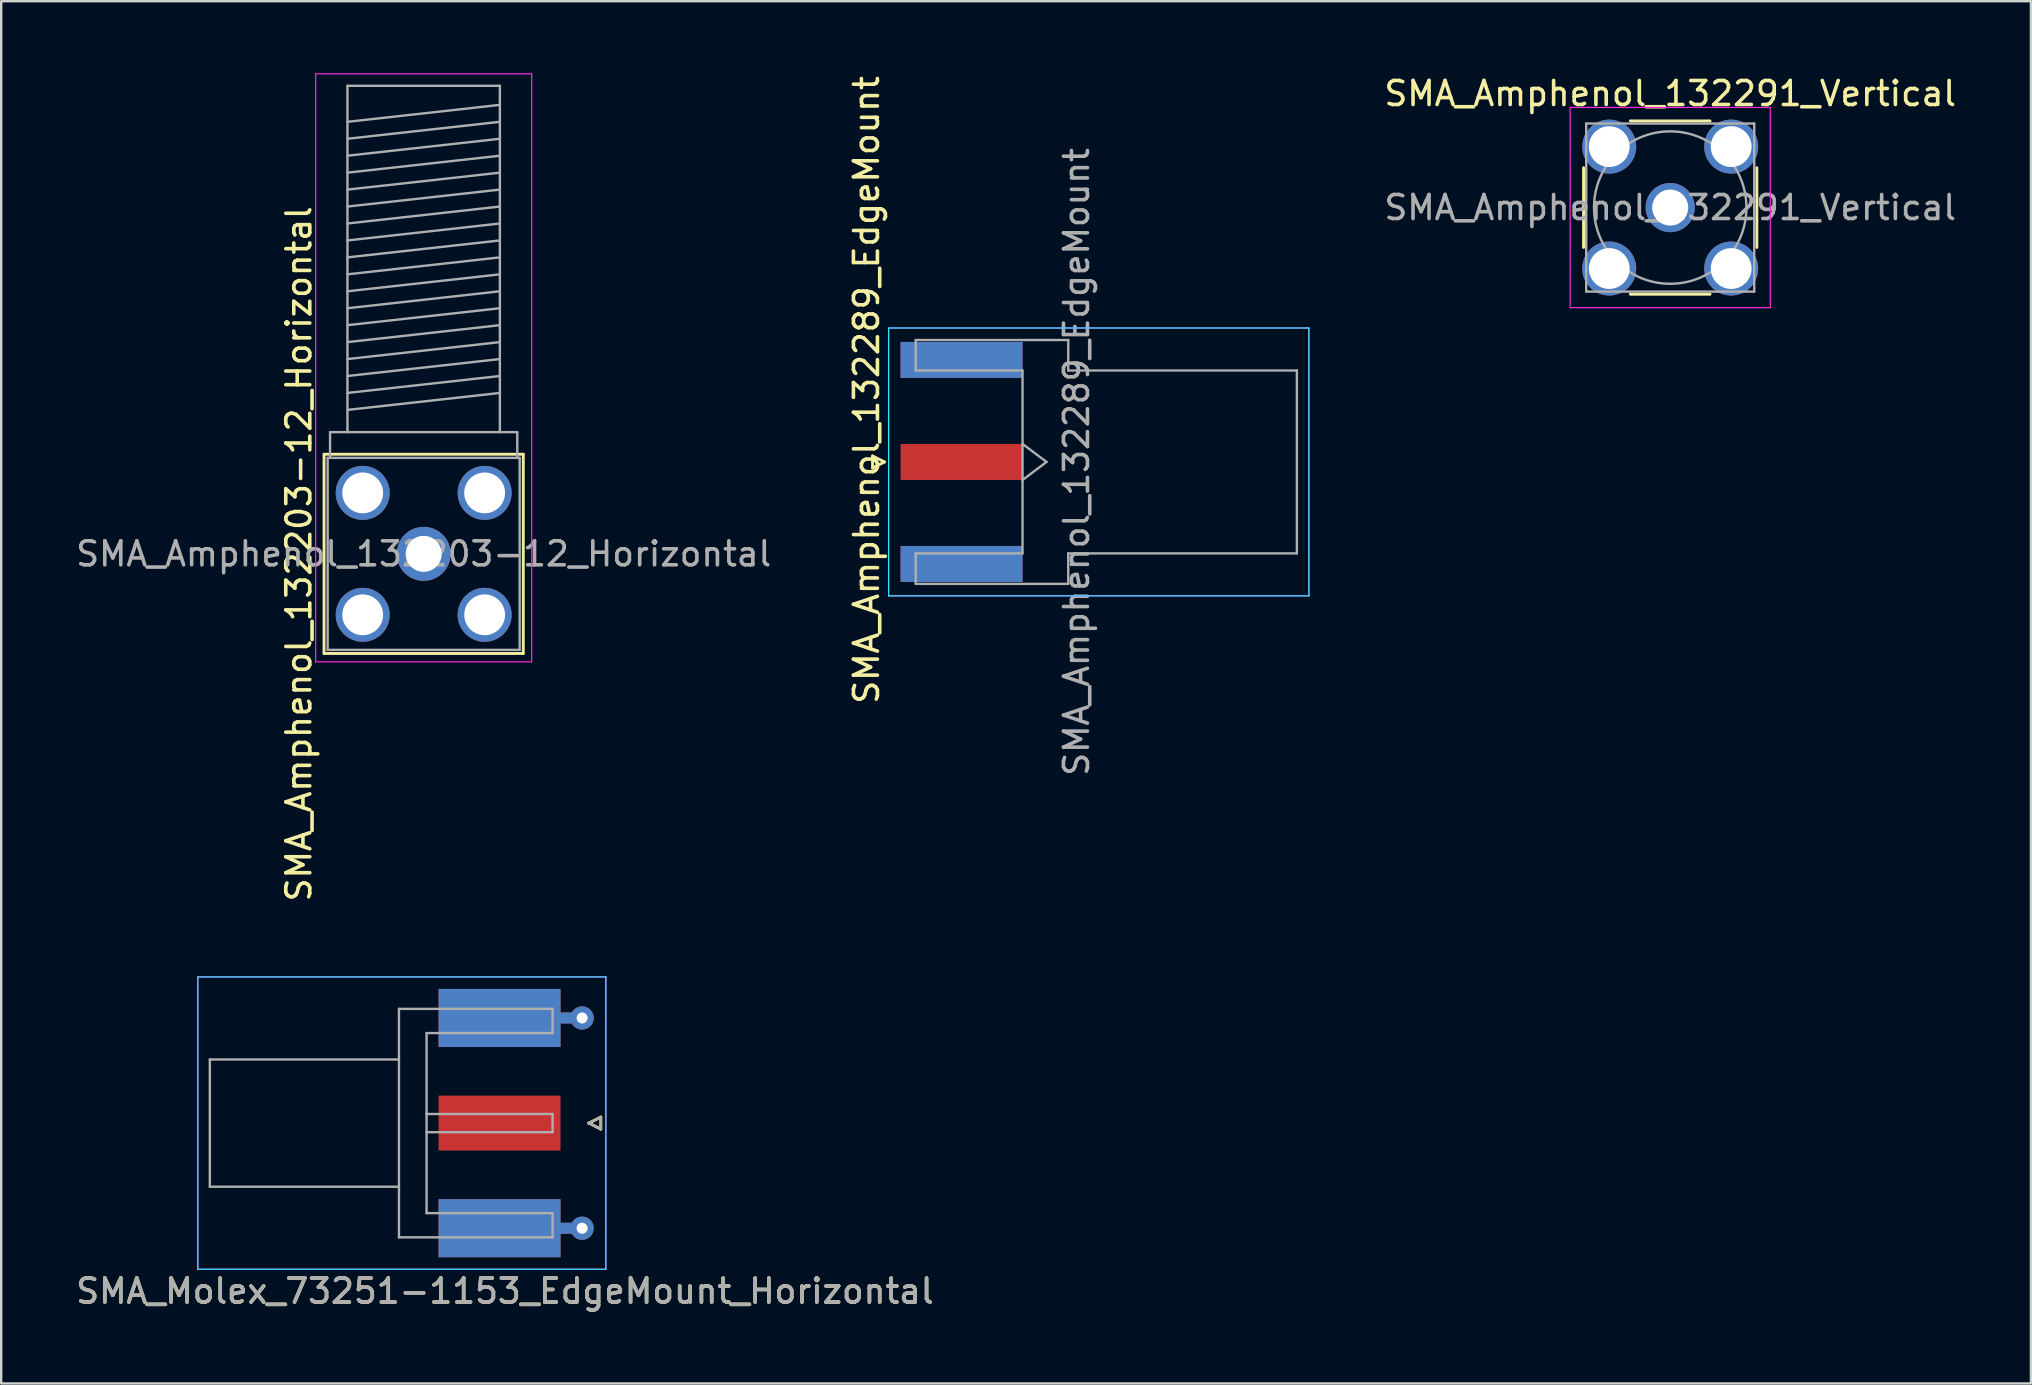
<source format=kicad_pcb>
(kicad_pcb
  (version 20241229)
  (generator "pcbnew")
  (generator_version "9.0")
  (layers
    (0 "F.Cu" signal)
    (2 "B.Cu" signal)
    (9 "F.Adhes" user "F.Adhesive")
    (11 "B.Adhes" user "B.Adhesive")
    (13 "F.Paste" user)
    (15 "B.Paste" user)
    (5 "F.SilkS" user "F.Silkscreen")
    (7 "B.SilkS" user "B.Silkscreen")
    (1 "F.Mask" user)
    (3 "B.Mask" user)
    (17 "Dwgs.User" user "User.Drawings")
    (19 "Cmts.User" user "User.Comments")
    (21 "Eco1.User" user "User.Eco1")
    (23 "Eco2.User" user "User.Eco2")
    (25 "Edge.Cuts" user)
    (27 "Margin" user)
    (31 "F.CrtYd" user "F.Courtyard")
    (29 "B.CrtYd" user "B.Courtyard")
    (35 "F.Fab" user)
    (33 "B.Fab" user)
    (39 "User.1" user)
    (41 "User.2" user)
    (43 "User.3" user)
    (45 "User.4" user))
  (footprint "SMA_Amphenol_132289_EdgeMount"
    (layer "F.Cu")
    (at 37.011 16.196)
    (property "Reference" "SMA_Amphenol_132289_EdgeMount" (at -3.96 -3 90) (layer "F.SilkS") (effects (font (size 1 1) (thickness 0.15))))
    (attr smd)
    (fp_line (start -3.71 -0.25) (end -3.71 0.25) (stroke (width 0.12) (type solid)) (layer "F.SilkS"))
    (fp_line (start -3.71 0.25) (end -3.21 0) (stroke (width 0.12) (type solid)) (layer "F.SilkS"))
    (fp_line (start -3.21 0) (end -3.71 -0.25) (stroke (width 0.12) (type solid)) (layer "F.SilkS"))
    (fp_line (start -3.04 5.58) (end -3.04 -5.58) (stroke (width 0.05) (type solid)) (layer "B.CrtYd"))
    (fp_line (start 14.47 -5.58) (end -3.04 -5.58) (stroke (width 0.05) (type solid)) (layer "B.CrtYd"))
    (fp_line (start 14.47 -5.58) (end 14.47 5.58) (stroke (width 0.05) (type solid)) (layer "B.CrtYd"))
    (fp_line (start 14.47 5.58) (end -3.04 5.58) (stroke (width 0.05) (type solid)) (layer "B.CrtYd"))
    (fp_line (start -3.04 5.58) (end -3.04 -5.58) (stroke (width 0.05) (type solid)) (layer "F.CrtYd"))
    (fp_line (start 14.47 -5.58) (end -3.04 -5.58) (stroke (width 0.05) (type solid)) (layer "F.CrtYd"))
    (fp_line (start 14.47 -5.58) (end 14.47 5.58) (stroke (width 0.05) (type solid)) (layer "F.CrtYd"))
    (fp_line (start 14.47 5.58) (end -3.04 5.58) (stroke (width 0.05) (type solid)) (layer "F.CrtYd"))
    (fp_line (start -1.91 -5.08) (end -1.91 -3.81) (stroke (width 0.1) (type solid)) (layer "F.Fab"))
    (fp_line (start -1.91 -5.08) (end 4.445 -5.08) (stroke (width 0.1) (type solid)) (layer "F.Fab"))
    (fp_line (start -1.91 -3.81) (end 2.54 -3.81) (stroke (width 0.1) (type solid)) (layer "F.Fab"))
    (fp_line (start -1.91 3.81) (end -1.91 5.08) (stroke (width 0.1) (type solid)) (layer "F.Fab"))
    (fp_line (start -1.91 5.08) (end 4.445 5.08) (stroke (width 0.1) (type solid)) (layer "F.Fab"))
    (fp_line (start 2.54 -3.81) (end 2.54 3.81) (stroke (width 0.1) (type solid)) (layer "F.Fab"))
    (fp_line (start 2.54 -0.75) (end 3.54 0) (stroke (width 0.1) (type solid)) (layer "F.Fab"))
    (fp_line (start 2.54 3.81) (end -1.91 3.81) (stroke (width 0.1) (type solid)) (layer "F.Fab"))
    (fp_line (start 3.54 0) (end 2.54 0.75) (stroke (width 0.1) (type solid)) (layer "F.Fab"))
    (fp_line (start 4.445 -3.81) (end 4.445 -5.08) (stroke (width 0.1) (type solid)) (layer "F.Fab"))
    (fp_line (start 4.445 -3.81) (end 13.97 -3.81) (stroke (width 0.1) (type solid)) (layer "F.Fab"))
    (fp_line (start 4.445 5.08) (end 4.445 3.81) (stroke (width 0.1) (type solid)) (layer "F.Fab"))
    (fp_line (start 13.97 -3.81) (end 13.97 3.81) (stroke (width 0.1) (type solid)) (layer "F.Fab"))
    (fp_line (start 13.97 3.81) (end 4.445 3.81) (stroke (width 0.1) (type solid)) (layer "F.Fab"))
    (fp_text user "${REFERENCE}" (at 4.79 0 270) (layer "F.Fab") (effects (font (size 1 1) (thickness 0.15))))
    (pad "1" smd rect (at 0 0 90) (size 1.5 5.08) (layers "F.Cu" "F.Mask" "F.Paste"))
    (pad "2" smd rect (at 0 -4.25 90) (size 1.5 5.08) (layers "F.Cu" "F.Mask" "F.Paste"))
    (pad "2" smd rect (at 0 -4.25 90) (size 1.5 5.08) (layers "B.Cu" "B.Mask" "B.Paste"))
    (pad "2" smd rect (at 0 4.25 90) (size 1.5 5.08) (layers "F.Cu" "F.Mask" "F.Paste"))
    (pad "2" smd rect (at 0 4.25 90) (size 1.5 5.08) (layers "B.Cu" "B.Mask" "B.Paste")))
  (footprint "SMA_Molex_73251-1153_EdgeMount_Horizontal"
    (layer "F.Cu")
    (at 19.482 43.741)
    (property "Reference" "SMA_Molex_73251-1153_EdgeMount_Horizontal" (at -1.5 7 0) (layer "F.SilkS") (effects (font (size 1 1) (thickness 0.15))))
    (attr smd)
    (fp_line (start 2 0) (end 2.5 -0.25) (stroke (width 0.12) (type solid)) (layer "F.SilkS"))
    (fp_line (start 2.5 -0.25) (end 2.5 0.25) (stroke (width 0.12) (type solid)) (layer "F.SilkS"))
    (fp_line (start 2.5 0.25) (end 2 0) (stroke (width 0.12) (type solid)) (layer "F.SilkS"))
    (fp_line (start -14.29 -6.09) (end -14.29 6.09) (stroke (width 0.05) (type solid)) (layer "B.CrtYd"))
    (fp_line (start -14.29 -6.09) (end 2.71 -6.09) (stroke (width 0.05) (type solid)) (layer "B.CrtYd"))
    (fp_line (start -14.29 6.09) (end 2.71 6.09) (stroke (width 0.05) (type solid)) (layer "B.CrtYd"))
    (fp_line (start 2.71 -6.09) (end 2.71 6.09) (stroke (width 0.05) (type solid)) (layer "B.CrtYd"))
    (fp_line (start -14.29 -6.09) (end -14.29 6.09) (stroke (width 0.05) (type solid)) (layer "F.CrtYd"))
    (fp_line (start -14.29 6.09) (end 2.71 6.09) (stroke (width 0.05) (type solid)) (layer "F.CrtYd"))
    (fp_line (start 2.71 -6.09) (end -14.29 -6.09) (stroke (width 0.05) (type solid)) (layer "F.CrtYd"))
    (fp_line (start 2.71 -6.09) (end 2.71 6.09) (stroke (width 0.05) (type solid)) (layer "F.CrtYd"))
    (fp_line (start -13.79 -2.65) (end -13.79 2.65) (stroke (width 0.1) (type solid)) (layer "F.Fab"))
    (fp_line (start -13.79 -2.65) (end -5.91 -2.65) (stroke (width 0.1) (type solid)) (layer "F.Fab"))
    (fp_line (start -13.79 2.65) (end -5.91 2.65) (stroke (width 0.1) (type solid)) (layer "F.Fab"))
    (fp_line (start -5.91 -4.76) (end -5.91 4.76) (stroke (width 0.1) (type solid)) (layer "F.Fab"))
    (fp_line (start -5.91 4.76) (end 0.49 4.76) (stroke (width 0.1) (type solid)) (layer "F.Fab"))
    (fp_line (start -4.76 -3.75) (end -4.76 3.75) (stroke (width 0.1) (type solid)) (layer "F.Fab"))
    (fp_line (start -4.76 -3.75) (end 0.49 -3.75) (stroke (width 0.1) (type solid)) (layer "F.Fab"))
    (fp_line (start -4.76 -0.38) (end 0.49 -0.38) (stroke (width 0.1) (type solid)) (layer "F.Fab"))
    (fp_line (start -4.76 0.38) (end 0.49 0.38) (stroke (width 0.1) (type solid)) (layer "F.Fab"))
    (fp_line (start -4.76 3.75) (end 0.49 3.75) (stroke (width 0.1) (type solid)) (layer "F.Fab"))
    (fp_line (start 0.49 -4.76) (end -5.91 -4.76) (stroke (width 0.1) (type solid)) (layer "F.Fab"))
    (fp_line (start 0.49 -4.76) (end 0.49 -3.75) (stroke (width 0.1) (type solid)) (layer "F.Fab"))
    (fp_line (start 0.49 -0.38) (end 0.49 0.38) (stroke (width 0.1) (type solid)) (layer "F.Fab"))
    (fp_line (start 0.49 3.75) (end 0.49 4.76) (stroke (width 0.1) (type solid)) (layer "F.Fab"))
    (fp_line (start 2 0) (end 2.5 0.25) (stroke (width 0.1) (type solid)) (layer "F.Fab"))
    (fp_line (start 2.5 -0.25) (end 2 0) (stroke (width 0.1) (type solid)) (layer "F.Fab"))
    (fp_line (start 2.5 0.25) (end 2.5 -0.25) (stroke (width 0.1) (type solid)) (layer "F.Fab"))
    (fp_text user "${REFERENCE}" (at -1.5 7 0) (layer "F.Fab") (effects (font (size 1 1) (thickness 0.15))))
    (pad "1" smd rect (at -1.72 0) (size 5.08 2.29) (layers "F.Cu" "F.Mask" "F.Paste"))
    (pad "2" smd rect (at -1.72 -4.38) (size 5.08 2.42) (layers "F.Cu" "F.Mask" "F.Paste"))
    (pad "2" smd rect (at -1.72 -4.38) (size 5.08 2.42) (layers "B.Cu" "B.Mask" "B.Paste"))
    (pad "2" smd rect (at -1.72 4.38) (size 5.08 2.42) (layers "F.Cu" "F.Mask" "F.Paste"))
    (pad "2" smd rect (at -1.72 4.38) (size 5.08 2.42) (layers "B.Cu" "B.Mask" "B.Paste"))
    (pad "2" smd rect (at 1.27 -4.38) (size 0.95 0.46) (layers "F.Cu"))
    (pad "2" smd rect (at 1.27 -4.38) (size 0.95 0.46) (layers "B.Cu"))
    (pad "2" smd rect (at 1.27 4.38) (size 0.95 0.46) (layers "F.Cu"))
    (pad "2" smd rect (at 1.27 4.38) (size 0.95 0.46) (layers "B.Cu"))
    (pad "2" thru_hole circle (at 1.72 -4.38) (size 0.97 0.97) (drill 0.46) (layers "*.Cu"))
    (pad "2" thru_hole circle (at 1.72 4.38) (size 0.97 0.97) (drill 0.46) (layers "*.Cu")))
  (footprint "SMA_Amphenol_132203-12_Horizontal"
    (layer "F.Cu")
    (at 14.601 20.025)
    (property "Reference" "SMA_Amphenol_132203-12_Horizontal" (at -5.2 0 90) (layer "F.SilkS") (effects (font (size 1 1) (thickness 0.15))))
    (attr through_hole)
    (fp_line (start -4.15 -4.15) (end -4.15 4.15) (stroke (width 0.12) (type solid)) (layer "F.SilkS"))
    (fp_line (start -4.15 -4.15) (end 4.15 -4.15) (stroke (width 0.12) (type solid)) (layer "F.SilkS"))
    (fp_line (start -4.15 4.15) (end 4.15 4.15) (stroke (width 0.12) (type solid)) (layer "F.SilkS"))
    (fp_line (start 4.15 -4.15) (end 4.15 4.15) (stroke (width 0.12) (type solid)) (layer "F.SilkS"))
    (fp_line (start -4.5 -20) (end -4.5 4.5) (stroke (width 0.05) (type solid)) (layer "F.CrtYd"))
    (fp_line (start -4.5 -20) (end 4.5 -20) (stroke (width 0.05) (type solid)) (layer "F.CrtYd"))
    (fp_line (start 4.5 4.5) (end -4.5 4.5) (stroke (width 0.05) (type solid)) (layer "F.CrtYd"))
    (fp_line (start 4.5 4.5) (end 4.5 -20) (stroke (width 0.05) (type solid)) (layer "F.CrtYd"))
    (fp_line (start -4 -4) (end -4 4) (stroke (width 0.1) (type solid)) (layer "F.Fab"))
    (fp_line (start -4 -4) (end 4 -4) (stroke (width 0.1) (type solid)) (layer "F.Fab"))
    (fp_line (start -4 4) (end 4 4) (stroke (width 0.1) (type solid)) (layer "F.Fab"))
    (fp_line (start -3.9 -5.07) (end -3.9 -4) (stroke (width 0.1) (type solid)) (layer "F.Fab"))
    (fp_line (start -3.175 -19.5) (end -3.175 -5.07) (stroke (width 0.1) (type solid)) (layer "F.Fab"))
    (fp_line (start -3.175 -19.5) (end 3.175 -19.5) (stroke (width 0.1) (type solid)) (layer "F.Fab"))
    (fp_line (start -3.175 -18) (end 3.175 -18.706) (stroke (width 0.1) (type solid)) (layer "F.Fab"))
    (fp_line (start -3.175 -17.294) (end 3.175 -18) (stroke (width 0.1) (type solid)) (layer "F.Fab"))
    (fp_line (start -3.175 -16.588) (end 3.175 -17.294) (stroke (width 0.1) (type solid)) (layer "F.Fab"))
    (fp_line (start -3.175 -15.882) (end 3.175 -16.588) (stroke (width 0.1) (type solid)) (layer "F.Fab"))
    (fp_line (start -3.175 -15.176) (end 3.175 -15.882) (stroke (width 0.1) (type solid)) (layer "F.Fab"))
    (fp_line (start -3.175 -14.47) (end 3.175 -15.176) (stroke (width 0.1) (type solid)) (layer "F.Fab"))
    (fp_line (start -3.175 -13.764) (end 3.175 -14.47) (stroke (width 0.1) (type solid)) (layer "F.Fab"))
    (fp_line (start -3.175 -13.058) (end 3.175 -13.764) (stroke (width 0.1) (type solid)) (layer "F.Fab"))
    (fp_line (start -3.175 -12.352) (end 3.175 -13.058) (stroke (width 0.1) (type solid)) (layer "F.Fab"))
    (fp_line (start -3.175 -11.646) (end 3.175 -12.352) (stroke (width 0.1) (type solid)) (layer "F.Fab"))
    (fp_line (start -3.175 -10.94) (end 3.175 -11.646) (stroke (width 0.1) (type solid)) (layer "F.Fab"))
    (fp_line (start -3.175 -10.234) (end 3.175 -10.94) (stroke (width 0.1) (type solid)) (layer "F.Fab"))
    (fp_line (start -3.175 -9.528) (end 3.175 -10.234) (stroke (width 0.1) (type solid)) (layer "F.Fab"))
    (fp_line (start -3.175 -8.822) (end 3.175 -9.528) (stroke (width 0.1) (type solid)) (layer "F.Fab"))
    (fp_line (start -3.175 -8.116) (end 3.175 -8.822) (stroke (width 0.1) (type solid)) (layer "F.Fab"))
    (fp_line (start -3.175 -7.41) (end 3.175 -8.116) (stroke (width 0.1) (type solid)) (layer "F.Fab"))
    (fp_line (start -3.175 -6.704) (end 3.175 -7.41) (stroke (width 0.1) (type solid)) (layer "F.Fab"))
    (fp_line (start -3.175 -5.998) (end 3.175 -6.704) (stroke (width 0.1) (type solid)) (layer "F.Fab"))
    (fp_line (start 3.175 -19.5) (end 3.175 -5.07) (stroke (width 0.1) (type solid)) (layer "F.Fab"))
    (fp_line (start 3.9 -5.07) (end -3.9 -5.07) (stroke (width 0.1) (type solid)) (layer "F.Fab"))
    (fp_line (start 3.9 -4) (end 3.9 -5.07) (stroke (width 0.1) (type solid)) (layer "F.Fab"))
    (fp_line (start 4 -4) (end 4 4) (stroke (width 0.1) (type solid)) (layer "F.Fab"))
    (fp_text user "${REFERENCE}" (at 0 0 0) (layer "F.Fab") (effects (font (size 1 1) (thickness 0.15))))
    (pad "1" thru_hole circle (at 0 0) (size 2.25 2.25) (drill 1.5) (layers "*.Cu" "*.Mask"))
    (pad "2" thru_hole circle (at -2.54 -2.54) (size 2.25 2.25) (drill 1.7) (layers "*.Cu" "*.Mask"))
    (pad "2" thru_hole circle (at -2.54 2.54) (size 2.25 2.25) (drill 1.7) (layers "*.Cu" "*.Mask"))
    (pad "2" thru_hole circle (at 2.54 -2.54) (size 2.25 2.25) (drill 1.7) (layers "*.Cu" "*.Mask"))
    (pad "2" thru_hole circle (at 2.54 2.54 90) (size 2.25 2.25) (drill 1.7) (layers "*.Cu" "*.Mask")))
  (footprint "SMA_Amphenol_132291_Vertical"
    (layer "F.Cu")
    (at 66.535 5.598)
    (property "Reference" "SMA_Amphenol_132291_Vertical" (at 0 -4.75 0) (layer "F.SilkS") (effects (font (size 1 1) (thickness 0.15))))
    (attr through_hole)
    (fp_line (start -3.61 -1.66) (end -3.61 1.66) (stroke (width 0.12) (type solid)) (layer "F.SilkS"))
    (fp_line (start -1.66 -3.61) (end 1.66 -3.61) (stroke (width 0.12) (type solid)) (layer "F.SilkS"))
    (fp_line (start -1.66 3.61) (end 1.66 3.61) (stroke (width 0.12) (type solid)) (layer "F.SilkS"))
    (fp_line (start 3.61 -1.66) (end 3.61 1.66) (stroke (width 0.12) (type solid)) (layer "F.SilkS"))
    (fp_line (start -4.17 -4.17) (end -4.17 4.17) (stroke (width 0.05) (type solid)) (layer "F.CrtYd"))
    (fp_line (start -4.17 -4.17) (end 4.17 -4.17) (stroke (width 0.05) (type solid)) (layer "F.CrtYd"))
    (fp_line (start 4.17 4.17) (end -4.17 4.17) (stroke (width 0.05) (type solid)) (layer "F.CrtYd"))
    (fp_line (start 4.17 4.17) (end 4.17 -4.17) (stroke (width 0.05) (type solid)) (layer "F.CrtYd"))
    (fp_line (start -3.5 -3.5) (end -3.5 3.5) (stroke (width 0.1) (type solid)) (layer "F.Fab"))
    (fp_line (start -3.5 -3.5) (end 3.5 -3.5) (stroke (width 0.1) (type solid)) (layer "F.Fab"))
    (fp_line (start -3.5 3.5) (end 3.5 3.5) (stroke (width 0.1) (type solid)) (layer "F.Fab"))
    (fp_line (start 3.5 -3.5) (end 3.5 3.5) (stroke (width 0.1) (type solid)) (layer "F.Fab"))
    (fp_circle (center 0 0) (end 3.175 0) (stroke (width 0.1) (type solid)) (fill no) (layer "F.Fab"))
    (fp_text user "${REFERENCE}" (at 0 0 0) (layer "F.Fab") (effects (font (size 1 1) (thickness 0.15))))
    (pad "1" thru_hole circle (at 0 0) (size 2.05 2.05) (drill 1.5) (layers "*.Cu" "*.Mask"))
    (pad "2" thru_hole circle (at -2.54 -2.54) (size 2.25 2.25) (drill 1.7) (layers "*.Cu" "*.Mask"))
    (pad "2" thru_hole circle (at -2.54 2.54) (size 2.25 2.25) (drill 1.7) (layers "*.Cu" "*.Mask"))
    (pad "2" thru_hole circle (at 2.54 -2.54) (size 2.25 2.25) (drill 1.7) (layers "*.Cu" "*.Mask"))
    (pad "2" thru_hole circle (at 2.54 2.54) (size 2.25 2.25) (drill 1.7) (layers "*.Cu" "*.Mask")))
  (gr_rect
    (start -3 -3)
    (end 81.565 54.589)
    (stroke (width 0.1) (type default))
    (fill no)
    (layer "Edge.Cuts")))
</source>
